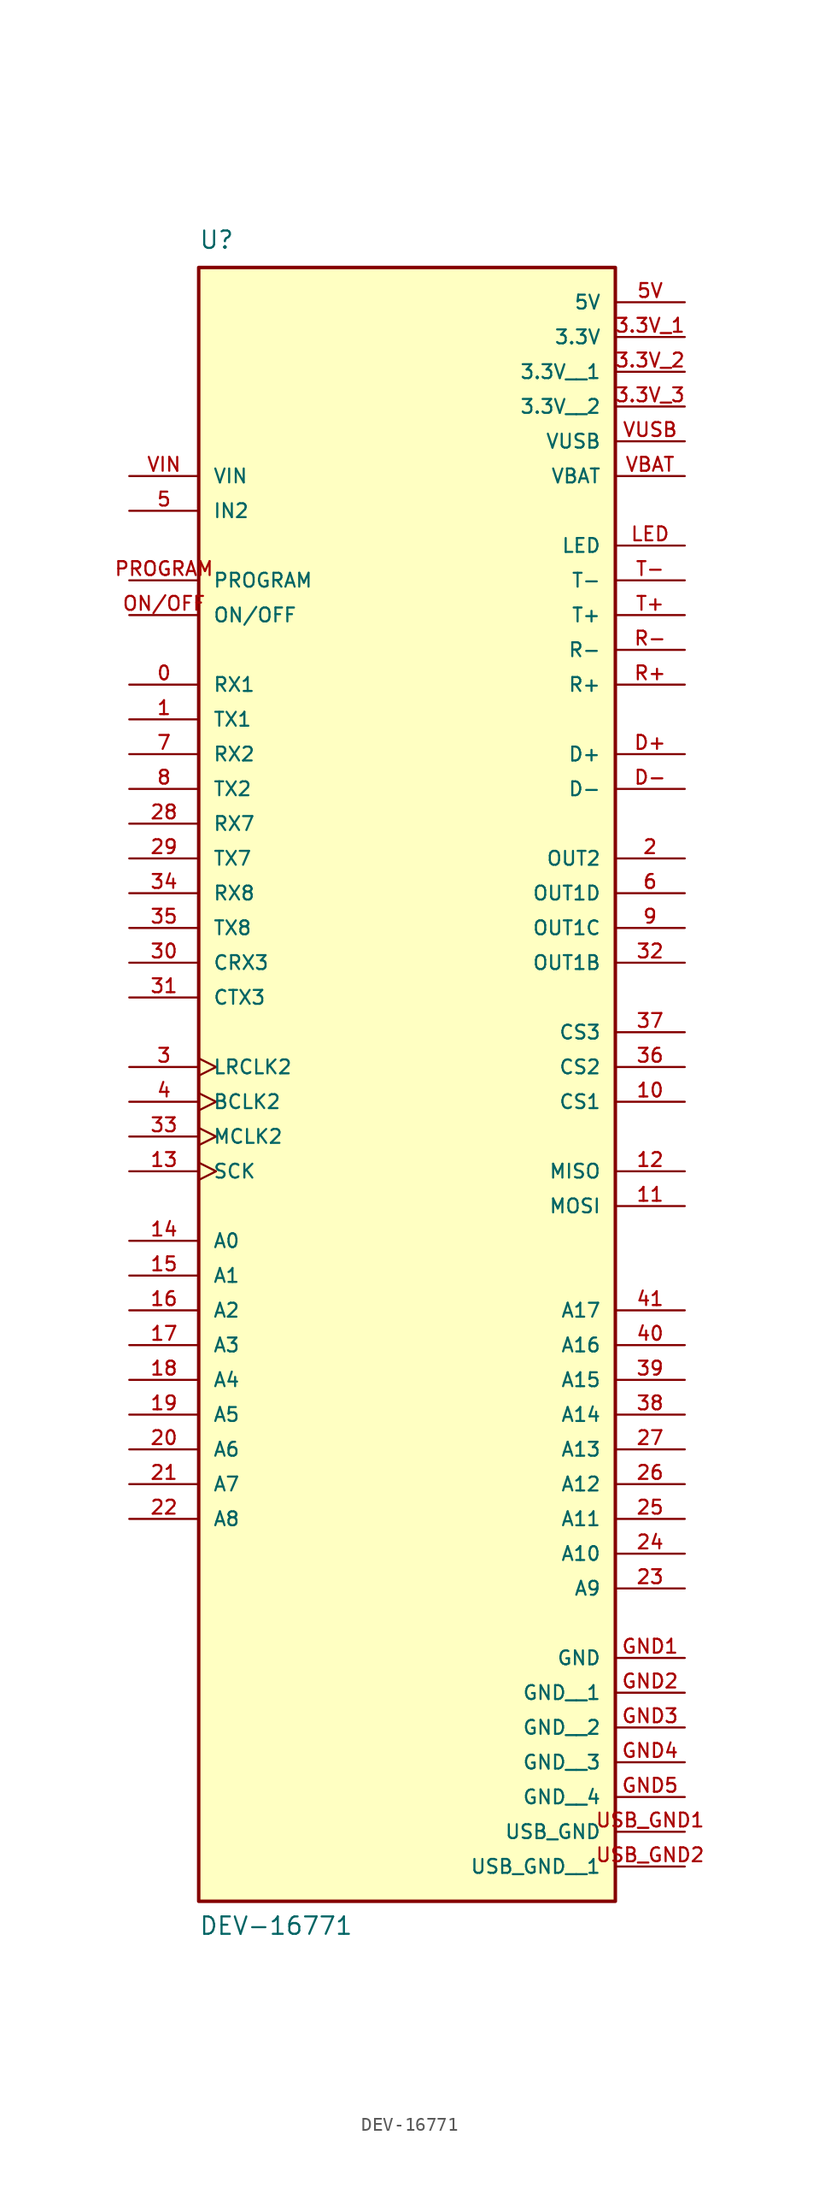
<source format=kicad_sym>
(kicad_symbol_lib
  (version 20211014)
  (generator kicad_symbol_editor)
  (symbol "DEV-16771"
    (pin_names
      (offset 1.016))
    (property "Reference" "U"
      (at -15.24 52.07 0)
      (effects (font (size 1.27 1.27)) (justify bottom left)))
    (property "Value" "DEV-16771"
      (at -15.24 -71.12 0)
      (effects (font (size 1.27 1.27)) (justify bottom left)))
    (symbol "DEV-16771_0_0"
      (rectangle (start -15.24 -68.58) (end 15.24 50.8) (stroke (width 0.254)) (fill (type background)))
      (pin power_in line (at 20.32 -50.8 180.0) (length 5.08) (name "GND" (effects (font (size 1.016 1.016)))) (number "GND1" (effects (font (size 1.016 1.016)))))
      (pin bidirectional line (at -20.32 20.32 0) (length 5.08) (name "RX1" (effects (font (size 1.016 1.016)))) (number "0" (effects (font (size 1.016 1.016)))))
      (pin bidirectional line (at -20.32 17.78 0) (length 5.08) (name "TX1" (effects (font (size 1.016 1.016)))) (number "1" (effects (font (size 1.016 1.016)))))
      (pin output line (at 20.32 7.62 180.0) (length 5.08) (name "OUT2" (effects (font (size 1.016 1.016)))) (number "2" (effects (font (size 1.016 1.016)))))
      (pin bidirectional clock (at -20.32 -7.62 0) (length 5.08) (name "LRCLK2" (effects (font (size 1.016 1.016)))) (number "3" (effects (font (size 1.016 1.016)))))
      (pin bidirectional clock (at -20.32 -10.16 0) (length 5.08) (name "BCLK2" (effects (font (size 1.016 1.016)))) (number "4" (effects (font (size 1.016 1.016)))))
      (pin bidirectional line (at -20.32 33.02 0) (length 5.08) (name "IN2" (effects (font (size 1.016 1.016)))) (number "5" (effects (font (size 1.016 1.016)))))
      (pin output line (at 20.32 5.08 180.0) (length 5.08) (name "OUT1D" (effects (font (size 1.016 1.016)))) (number "6" (effects (font (size 1.016 1.016)))))
      (pin bidirectional line (at -20.32 15.24 0) (length 5.08) (name "RX2" (effects (font (size 1.016 1.016)))) (number "7" (effects (font (size 1.016 1.016)))))
      (pin bidirectional line (at -20.32 12.7 0) (length 5.08) (name "TX2" (effects (font (size 1.016 1.016)))) (number "8" (effects (font (size 1.016 1.016)))))
      (pin output line (at 20.32 2.54 180.0) (length 5.08) (name "OUT1C" (effects (font (size 1.016 1.016)))) (number "9" (effects (font (size 1.016 1.016)))))
      (pin bidirectional line (at 20.32 -10.16 180.0) (length 5.08) (name "CS1" (effects (font (size 1.016 1.016)))) (number "10" (effects (font (size 1.016 1.016)))))
      (pin bidirectional line (at 20.32 -17.78 180.0) (length 5.08) (name "MOSI" (effects (font (size 1.016 1.016)))) (number "11" (effects (font (size 1.016 1.016)))))
      (pin bidirectional line (at 20.32 -15.24 180.0) (length 5.08) (name "MISO" (effects (font (size 1.016 1.016)))) (number "12" (effects (font (size 1.016 1.016)))))
      (pin power_in line (at 20.32 45.72 180.0) (length 5.08) (name "3.3V" (effects (font (size 1.016 1.016)))) (number "3.3V_1" (effects (font (size 1.016 1.016)))))
      (pin bidirectional clock (at -20.32 -15.24 0) (length 5.08) (name "SCK" (effects (font (size 1.016 1.016)))) (number "13" (effects (font (size 1.016 1.016)))))
      (pin bidirectional line (at -20.32 -20.32 0) (length 5.08) (name "A0" (effects (font (size 1.016 1.016)))) (number "14" (effects (font (size 1.016 1.016)))))
      (pin bidirectional line (at -20.32 -22.86 0) (length 5.08) (name "A1" (effects (font (size 1.016 1.016)))) (number "15" (effects (font (size 1.016 1.016)))))
      (pin bidirectional line (at -20.32 -25.4 0) (length 5.08) (name "A2" (effects (font (size 1.016 1.016)))) (number "16" (effects (font (size 1.016 1.016)))))
      (pin bidirectional line (at -20.32 -27.94 0) (length 5.08) (name "A3" (effects (font (size 1.016 1.016)))) (number "17" (effects (font (size 1.016 1.016)))))
      (pin bidirectional line (at -20.32 -30.48 0) (length 5.08) (name "A4" (effects (font (size 1.016 1.016)))) (number "18" (effects (font (size 1.016 1.016)))))
      (pin bidirectional line (at -20.32 -33.02 0) (length 5.08) (name "A5" (effects (font (size 1.016 1.016)))) (number "19" (effects (font (size 1.016 1.016)))))
      (pin bidirectional line (at -20.32 -35.56 0) (length 5.08) (name "A6" (effects (font (size 1.016 1.016)))) (number "20" (effects (font (size 1.016 1.016)))))
      (pin bidirectional line (at -20.32 -38.1 0) (length 5.08) (name "A7" (effects (font (size 1.016 1.016)))) (number "21" (effects (font (size 1.016 1.016)))))
      (pin bidirectional line (at -20.32 -40.64 0) (length 5.08) (name "A8" (effects (font (size 1.016 1.016)))) (number "22" (effects (font (size 1.016 1.016)))))
      (pin bidirectional line (at 20.32 -45.72 180.0) (length 5.08) (name "A9" (effects (font (size 1.016 1.016)))) (number "23" (effects (font (size 1.016 1.016)))))
      (pin input line (at -20.32 35.56 0) (length 5.08) (name "VIN" (effects (font (size 1.016 1.016)))) (number "VIN" (effects (font (size 1.016 1.016)))))
      (pin bidirectional line (at 20.32 -43.18 180.0) (length 5.08) (name "A10" (effects (font (size 1.016 1.016)))) (number "24" (effects (font (size 1.016 1.016)))))
      (pin bidirectional line (at 20.32 -40.64 180.0) (length 5.08) (name "A11" (effects (font (size 1.016 1.016)))) (number "25" (effects (font (size 1.016 1.016)))))
      (pin bidirectional line (at 20.32 -38.1 180.0) (length 5.08) (name "A12" (effects (font (size 1.016 1.016)))) (number "26" (effects (font (size 1.016 1.016)))))
      (pin bidirectional line (at 20.32 -35.56 180.0) (length 5.08) (name "A13" (effects (font (size 1.016 1.016)))) (number "27" (effects (font (size 1.016 1.016)))))
      (pin bidirectional line (at -20.32 10.16 0) (length 5.08) (name "RX7" (effects (font (size 1.016 1.016)))) (number "28" (effects (font (size 1.016 1.016)))))
      (pin bidirectional line (at -20.32 7.62 0) (length 5.08) (name "TX7" (effects (font (size 1.016 1.016)))) (number "29" (effects (font (size 1.016 1.016)))))
      (pin bidirectional line (at -20.32 0.0 0) (length 5.08) (name "CRX3" (effects (font (size 1.016 1.016)))) (number "30" (effects (font (size 1.016 1.016)))))
      (pin bidirectional line (at -20.32 -2.54 0) (length 5.08) (name "CTX3" (effects (font (size 1.016 1.016)))) (number "31" (effects (font (size 1.016 1.016)))))
      (pin output line (at 20.32 0.0 180.0) (length 5.08) (name "OUT1B" (effects (font (size 1.016 1.016)))) (number "32" (effects (font (size 1.016 1.016)))))
      (pin bidirectional clock (at -20.32 -12.7 0) (length 5.08) (name "MCLK2" (effects (font (size 1.016 1.016)))) (number "33" (effects (font (size 1.016 1.016)))))
      (pin bidirectional line (at -20.32 5.08 0) (length 5.08) (name "RX8" (effects (font (size 1.016 1.016)))) (number "34" (effects (font (size 1.016 1.016)))))
      (pin bidirectional line (at -20.32 2.54 0) (length 5.08) (name "TX8" (effects (font (size 1.016 1.016)))) (number "35" (effects (font (size 1.016 1.016)))))
      (pin bidirectional line (at 20.32 -7.62 180.0) (length 5.08) (name "CS2" (effects (font (size 1.016 1.016)))) (number "36" (effects (font (size 1.016 1.016)))))
      (pin bidirectional line (at 20.32 -5.08 180.0) (length 5.08) (name "CS3" (effects (font (size 1.016 1.016)))) (number "37" (effects (font (size 1.016 1.016)))))
      (pin bidirectional line (at 20.32 -33.02 180.0) (length 5.08) (name "A14" (effects (font (size 1.016 1.016)))) (number "38" (effects (font (size 1.016 1.016)))))
      (pin bidirectional line (at 20.32 -30.48 180.0) (length 5.08) (name "A15" (effects (font (size 1.016 1.016)))) (number "39" (effects (font (size 1.016 1.016)))))
      (pin bidirectional line (at 20.32 -27.94 180.0) (length 5.08) (name "A16" (effects (font (size 1.016 1.016)))) (number "40" (effects (font (size 1.016 1.016)))))
      (pin bidirectional line (at 20.32 -25.4 180.0) (length 5.08) (name "A17" (effects (font (size 1.016 1.016)))) (number "41" (effects (font (size 1.016 1.016)))))
      (pin bidirectional line (at -20.32 25.4 0) (length 5.08) (name "ON/OFF" (effects (font (size 1.016 1.016)))) (number "ON/OFF" (effects (font (size 1.016 1.016)))))
      (pin bidirectional line (at -20.32 27.94 0) (length 5.08) (name "PROGRAM" (effects (font (size 1.016 1.016)))) (number "PROGRAM" (effects (font (size 1.016 1.016)))))
      (pin passive line (at 20.32 35.56 180.0) (length 5.08) (name "VBAT" (effects (font (size 1.016 1.016)))) (number "VBAT" (effects (font (size 1.016 1.016)))))
      (pin power_in line (at 20.32 48.26 180.0) (length 5.08) (name "5V" (effects (font (size 1.016 1.016)))) (number "5V" (effects (font (size 1.016 1.016)))))
      (pin bidirectional line (at 20.32 12.7 180.0) (length 5.08) (name "D-" (effects (font (size 1.016 1.016)))) (number "D-" (effects (font (size 1.016 1.016)))))
      (pin bidirectional line (at 20.32 15.24 180.0) (length 5.08) (name "D+" (effects (font (size 1.016 1.016)))) (number "D+" (effects (font (size 1.016 1.016)))))
      (pin power_in line (at 20.32 -63.5 180.0) (length 5.08) (name "USB_GND" (effects (font (size 1.016 1.016)))) (number "USB_GND1" (effects (font (size 1.016 1.016)))))
      (pin bidirectional line (at 20.32 20.32 180.0) (length 5.08) (name "R+" (effects (font (size 1.016 1.016)))) (number "R+" (effects (font (size 1.016 1.016)))))
      (pin bidirectional line (at 20.32 22.86 180.0) (length 5.08) (name "R-" (effects (font (size 1.016 1.016)))) (number "R-" (effects (font (size 1.016 1.016)))))
      (pin bidirectional line (at 20.32 25.4 180.0) (length 5.08) (name "T+" (effects (font (size 1.016 1.016)))) (number "T+" (effects (font (size 1.016 1.016)))))
      (pin bidirectional line (at 20.32 27.94 180.0) (length 5.08) (name "T-" (effects (font (size 1.016 1.016)))) (number "T-" (effects (font (size 1.016 1.016)))))
      (pin bidirectional line (at 20.32 30.48 180.0) (length 5.08) (name "LED" (effects (font (size 1.016 1.016)))) (number "LED" (effects (font (size 1.016 1.016)))))
      (pin passive line (at 20.32 38.1 180.0) (length 5.08) (name "VUSB" (effects (font (size 1.016 1.016)))) (number "VUSB" (effects (font (size 1.016 1.016)))))
      (pin power_in line (at 20.32 43.18 180.0) (length 5.08) (name "3.3V__1" (effects (font (size 1.016 1.016)))) (number "3.3V_2" (effects (font (size 1.016 1.016)))))
      (pin power_in line (at 20.32 40.64 180.0) (length 5.08) (name "3.3V__2" (effects (font (size 1.016 1.016)))) (number "3.3V_3" (effects (font (size 1.016 1.016)))))
      (pin power_in line (at 20.32 -53.34 180.0) (length 5.08) (name "GND__1" (effects (font (size 1.016 1.016)))) (number "GND2" (effects (font (size 1.016 1.016)))))
      (pin power_in line (at 20.32 -55.88 180.0) (length 5.08) (name "GND__2" (effects (font (size 1.016 1.016)))) (number "GND3" (effects (font (size 1.016 1.016)))))
      (pin power_in line (at 20.32 -58.42 180.0) (length 5.08) (name "GND__3" (effects (font (size 1.016 1.016)))) (number "GND4" (effects (font (size 1.016 1.016)))))
      (pin power_in line (at 20.32 -60.96 180.0) (length 5.08) (name "GND__4" (effects (font (size 1.016 1.016)))) (number "GND5" (effects (font (size 1.016 1.016)))))
      (pin power_in line (at 20.32 -66.04 180.0) (length 5.08) (name "USB_GND__1" (effects (font (size 1.016 1.016)))) (number "USB_GND2" (effects (font (size 1.016 1.016))))))))
</source>
